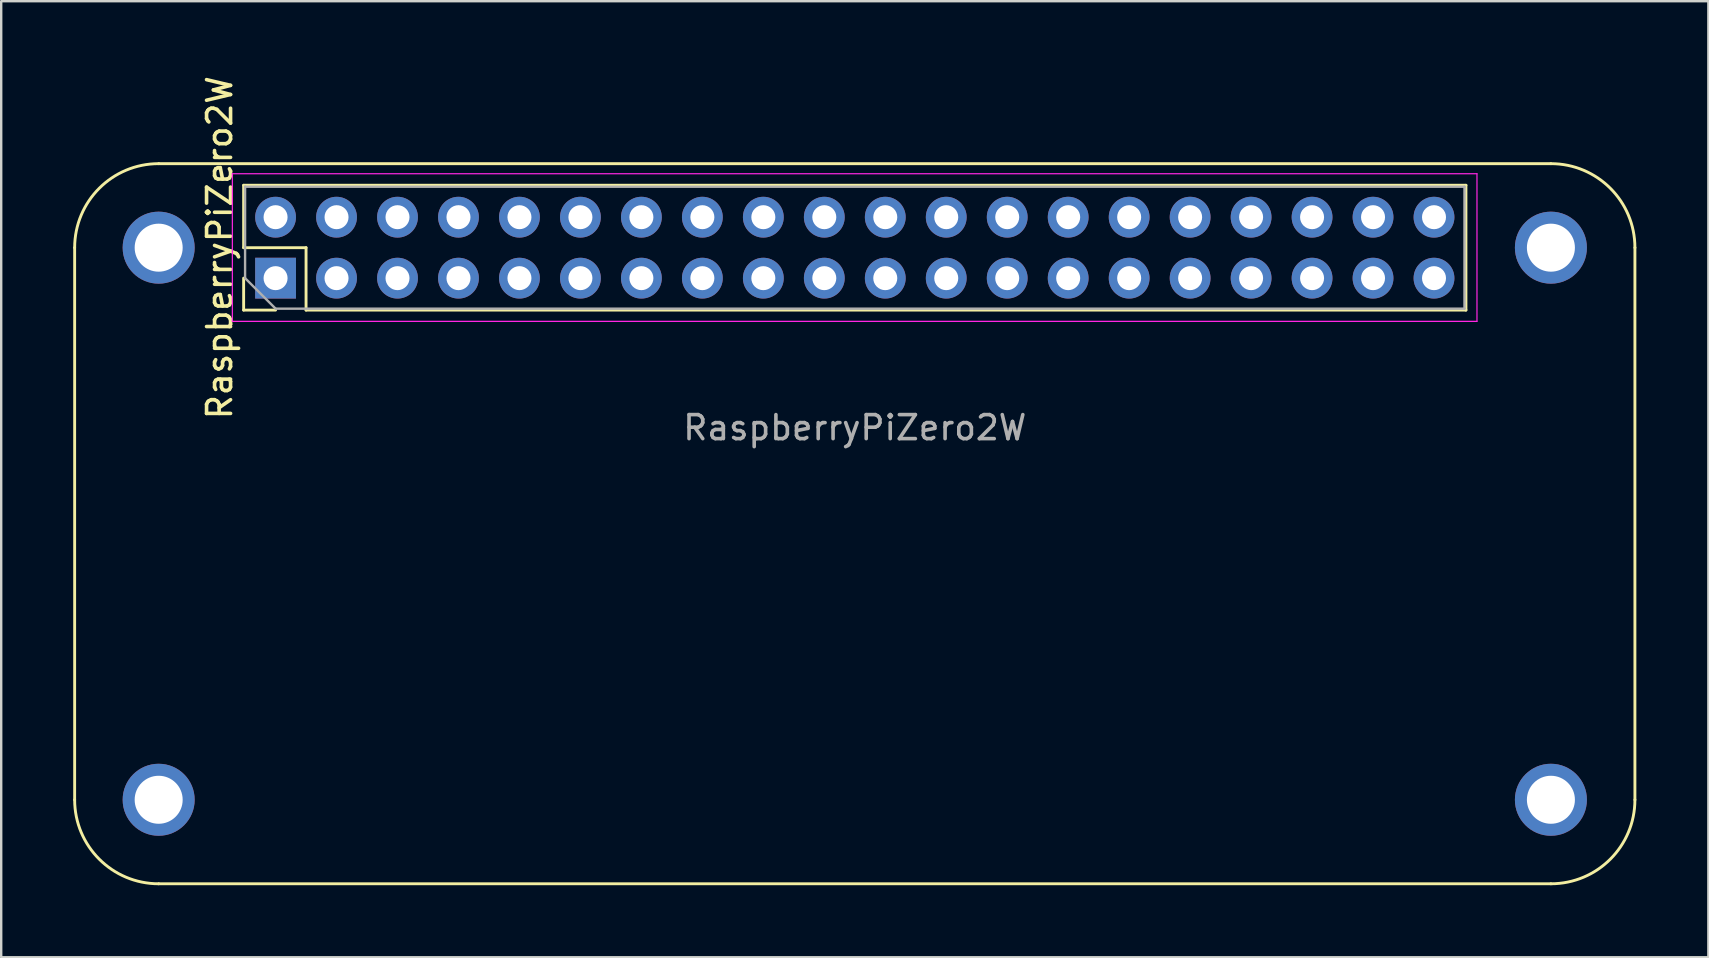
<source format=kicad_pcb>
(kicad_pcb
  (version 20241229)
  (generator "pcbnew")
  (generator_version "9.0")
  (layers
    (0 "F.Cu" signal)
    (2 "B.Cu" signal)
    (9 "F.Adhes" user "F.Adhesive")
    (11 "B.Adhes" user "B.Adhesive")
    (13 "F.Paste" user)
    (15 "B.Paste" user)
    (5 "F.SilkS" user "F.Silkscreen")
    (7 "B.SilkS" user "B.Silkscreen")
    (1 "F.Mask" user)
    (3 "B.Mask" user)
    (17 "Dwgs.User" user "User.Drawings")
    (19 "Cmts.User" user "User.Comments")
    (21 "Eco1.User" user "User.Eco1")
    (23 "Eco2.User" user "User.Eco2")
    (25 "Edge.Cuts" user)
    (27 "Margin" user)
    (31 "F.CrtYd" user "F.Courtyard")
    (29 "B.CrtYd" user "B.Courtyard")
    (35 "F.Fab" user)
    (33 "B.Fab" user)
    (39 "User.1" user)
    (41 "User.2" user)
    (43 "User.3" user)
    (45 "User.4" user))
  (footprint "RaspberryPiZero2W"
    (layer "F.Cu")
    (at 32.56 7.268)
    (property "Reference" "RaspberryPiZero2W" (at -26.46 0 270) (layer "F.SilkS") (effects (font (size 1 1) (thickness 0.15))))
    (attr through_hole)
    (fp_line (start -32.5 23) (end -32.5 0) (stroke (width 0.12) (type solid)) (layer "F.SilkS"))
    (fp_line (start -29 -3.5) (end 29 -3.5) (stroke (width 0.12) (type solid)) (layer "F.SilkS"))
    (fp_line (start -25.46 -2.6) (end 25.46 -2.6) (stroke (width 0.12) (type solid)) (layer "F.SilkS"))
    (fp_line (start -25.46 0) (end -25.46 -2.6) (stroke (width 0.12) (type solid)) (layer "F.SilkS"))
    (fp_line (start -25.46 2.6) (end -25.46 1.27) (stroke (width 0.12) (type solid)) (layer "F.SilkS"))
    (fp_line (start -24.13 2.6) (end -25.46 2.6) (stroke (width 0.12) (type solid)) (layer "F.SilkS"))
    (fp_line (start -22.86 0) (end -25.46 0) (stroke (width 0.12) (type solid)) (layer "F.SilkS"))
    (fp_line (start -22.86 2.6) (end -22.86 0) (stroke (width 0.12) (type solid)) (layer "F.SilkS"))
    (fp_line (start -22.86 2.6) (end 25.46 2.6) (stroke (width 0.12) (type solid)) (layer "F.SilkS"))
    (fp_line (start 25.46 2.6) (end 25.46 -2.6) (stroke (width 0.12) (type solid)) (layer "F.SilkS"))
    (fp_line (start 29 26.5) (end -29 26.5) (stroke (width 0.12) (type solid)) (layer "F.SilkS"))
    (fp_line (start 32.5 0) (end 32.5 23) (stroke (width 0.12) (type solid)) (layer "F.SilkS"))
    (fp_arc (start -32.5 0) (mid -31.474874 -2.474874) (end -29 -3.5) (stroke (width 0.12) (type solid)) (layer "F.SilkS"))
    (fp_arc (start -29 26.5) (mid -31.474874 25.474874) (end -32.5 23) (stroke (width 0.12) (type solid)) (layer "F.SilkS"))
    (fp_arc (start 29 -3.5) (mid 31.474874 -2.474874) (end 32.5 0) (stroke (width 0.12) (type solid)) (layer "F.SilkS"))
    (fp_arc (start 32.5 23) (mid 31.474874 25.474874) (end 29 26.5) (stroke (width 0.12) (type solid)) (layer "F.SilkS"))
    (fp_line (start -25.93 -3.08) (end -25.93 3.07) (stroke (width 0.05) (type solid)) (layer "F.CrtYd"))
    (fp_line (start -25.93 3.07) (end 25.92 3.07) (stroke (width 0.05) (type solid)) (layer "F.CrtYd"))
    (fp_line (start 25.92 -3.08) (end -25.93 -3.08) (stroke (width 0.05) (type solid)) (layer "F.CrtYd"))
    (fp_line (start 25.92 3.07) (end 25.92 -3.08) (stroke (width 0.05) (type solid)) (layer "F.CrtYd"))
    (fp_line (start -25.4 -2.54) (end 25.4 -2.54) (stroke (width 0.1) (type solid)) (layer "F.Fab"))
    (fp_line (start -25.4 1.27) (end -25.4 -2.54) (stroke (width 0.1) (type solid)) (layer "F.Fab"))
    (fp_line (start -24.13 2.54) (end -25.4 1.27) (stroke (width 0.1) (type solid)) (layer "F.Fab"))
    (fp_line (start 25.4 -2.54) (end 25.4 2.54) (stroke (width 0.1) (type solid)) (layer "F.Fab"))
    (fp_line (start 25.4 2.54) (end -24.13 2.54) (stroke (width 0.1) (type solid)) (layer "F.Fab"))
    (fp_text user "${REFERENCE}" (at 0 7.5 0) (layer "F.Fab") (effects (font (size 1 1) (thickness 0.15))))
    (pad "" thru_hole circle (at -29 0 90) (size 3 3) (drill 2) (layers "*.Cu" "*.Mask"))
    (pad "" thru_hole circle (at -29 23) (size 3 3) (drill 2) (layers "*.Cu" "*.Mask"))
    (pad "" thru_hole circle (at 29 0 90) (size 3 3) (drill 2) (layers "*.Cu" "*.Mask"))
    (pad "" thru_hole circle (at 29 23) (size 3 3) (drill 2) (layers "*.Cu" "*.Mask"))
    (pad "1" thru_hole rect (at -24.13 1.27 90) (size 1.7 1.7) (drill 1) (layers "*.Cu" "*.Mask"))
    (pad "2" thru_hole oval (at -24.13 -1.27 90) (size 1.7 1.7) (drill 1) (layers "*.Cu" "*.Mask"))
    (pad "3" thru_hole oval (at -21.59 1.27 90) (size 1.7 1.7) (drill 1) (layers "*.Cu" "*.Mask"))
    (pad "4" thru_hole oval (at -21.59 -1.27 90) (size 1.7 1.7) (drill 1) (layers "*.Cu" "*.Mask"))
    (pad "5" thru_hole oval (at -19.05 1.27 90) (size 1.7 1.7) (drill 1) (layers "*.Cu" "*.Mask"))
    (pad "6" thru_hole oval (at -19.05 -1.27 90) (size 1.7 1.7) (drill 1) (layers "*.Cu" "*.Mask"))
    (pad "7" thru_hole oval (at -16.51 1.27 90) (size 1.7 1.7) (drill 1) (layers "*.Cu" "*.Mask"))
    (pad "8" thru_hole oval (at -16.51 -1.27 90) (size 1.7 1.7) (drill 1) (layers "*.Cu" "*.Mask"))
    (pad "9" thru_hole oval (at -13.97 1.27 90) (size 1.7 1.7) (drill 1) (layers "*.Cu" "*.Mask"))
    (pad "10" thru_hole oval (at -13.97 -1.27 90) (size 1.7 1.7) (drill 1) (layers "*.Cu" "*.Mask"))
    (pad "11" thru_hole oval (at -11.43 1.27 90) (size 1.7 1.7) (drill 1) (layers "*.Cu" "*.Mask"))
    (pad "12" thru_hole oval (at -11.43 -1.27 90) (size 1.7 1.7) (drill 1) (layers "*.Cu" "*.Mask"))
    (pad "13" thru_hole oval (at -8.89 1.27 90) (size 1.7 1.7) (drill 1) (layers "*.Cu" "*.Mask"))
    (pad "14" thru_hole oval (at -8.89 -1.27 90) (size 1.7 1.7) (drill 1) (layers "*.Cu" "*.Mask"))
    (pad "15" thru_hole oval (at -6.35 1.27 90) (size 1.7 1.7) (drill 1) (layers "*.Cu" "*.Mask"))
    (pad "16" thru_hole oval (at -6.35 -1.27 90) (size 1.7 1.7) (drill 1) (layers "*.Cu" "*.Mask"))
    (pad "17" thru_hole oval (at -3.81 1.27 90) (size 1.7 1.7) (drill 1) (layers "*.Cu" "*.Mask"))
    (pad "18" thru_hole oval (at -3.81 -1.27 90) (size 1.7 1.7) (drill 1) (layers "*.Cu" "*.Mask"))
    (pad "19" thru_hole oval (at -1.27 1.27 90) (size 1.7 1.7) (drill 1) (layers "*.Cu" "*.Mask"))
    (pad "20" thru_hole oval (at -1.27 -1.27 90) (size 1.7 1.7) (drill 1) (layers "*.Cu" "*.Mask"))
    (pad "21" thru_hole oval (at 1.27 1.27 90) (size 1.7 1.7) (drill 1) (layers "*.Cu" "*.Mask"))
    (pad "22" thru_hole oval (at 1.27 -1.27 90) (size 1.7 1.7) (drill 1) (layers "*.Cu" "*.Mask"))
    (pad "23" thru_hole oval (at 3.81 1.27 90) (size 1.7 1.7) (drill 1) (layers "*.Cu" "*.Mask"))
    (pad "24" thru_hole oval (at 3.81 -1.27 90) (size 1.7 1.7) (drill 1) (layers "*.Cu" "*.Mask"))
    (pad "25" thru_hole oval (at 6.35 1.27 90) (size 1.7 1.7) (drill 1) (layers "*.Cu" "*.Mask"))
    (pad "26" thru_hole oval (at 6.35 -1.27 90) (size 1.7 1.7) (drill 1) (layers "*.Cu" "*.Mask"))
    (pad "27" thru_hole oval (at 8.89 1.27 90) (size 1.7 1.7) (drill 1) (layers "*.Cu" "*.Mask"))
    (pad "28" thru_hole oval (at 8.89 -1.27 90) (size 1.7 1.7) (drill 1) (layers "*.Cu" "*.Mask"))
    (pad "29" thru_hole oval (at 11.43 1.27 90) (size 1.7 1.7) (drill 1) (layers "*.Cu" "*.Mask"))
    (pad "30" thru_hole oval (at 11.43 -1.27 90) (size 1.7 1.7) (drill 1) (layers "*.Cu" "*.Mask"))
    (pad "31" thru_hole oval (at 13.97 1.27 90) (size 1.7 1.7) (drill 1) (layers "*.Cu" "*.Mask"))
    (pad "32" thru_hole oval (at 13.97 -1.27 90) (size 1.7 1.7) (drill 1) (layers "*.Cu" "*.Mask"))
    (pad "33" thru_hole oval (at 16.51 1.27 90) (size 1.7 1.7) (drill 1) (layers "*.Cu" "*.Mask"))
    (pad "34" thru_hole oval (at 16.51 -1.27 90) (size 1.7 1.7) (drill 1) (layers "*.Cu" "*.Mask"))
    (pad "35" thru_hole oval (at 19.05 1.27 90) (size 1.7 1.7) (drill 1) (layers "*.Cu" "*.Mask"))
    (pad "36" thru_hole oval (at 19.05 -1.27 90) (size 1.7 1.7) (drill 1) (layers "*.Cu" "*.Mask"))
    (pad "37" thru_hole oval (at 21.59 1.27 90) (size 1.7 1.7) (drill 1) (layers "*.Cu" "*.Mask"))
    (pad "38" thru_hole oval (at 21.59 -1.27 90) (size 1.7 1.7) (drill 1) (layers "*.Cu" "*.Mask"))
    (pad "39" thru_hole oval (at 24.13 1.27 90) (size 1.7 1.7) (drill 1) (layers "*.Cu" "*.Mask"))
    (pad "40" thru_hole oval (at 24.13 -1.27 90) (size 1.7 1.7) (drill 1) (layers "*.Cu" "*.Mask")))
  (gr_rect
    (start -3 -3)
    (end 68.12 36.828)
    (stroke (width 0.1) (type default))
    (fill no)
    (layer "Edge.Cuts")))
</source>
